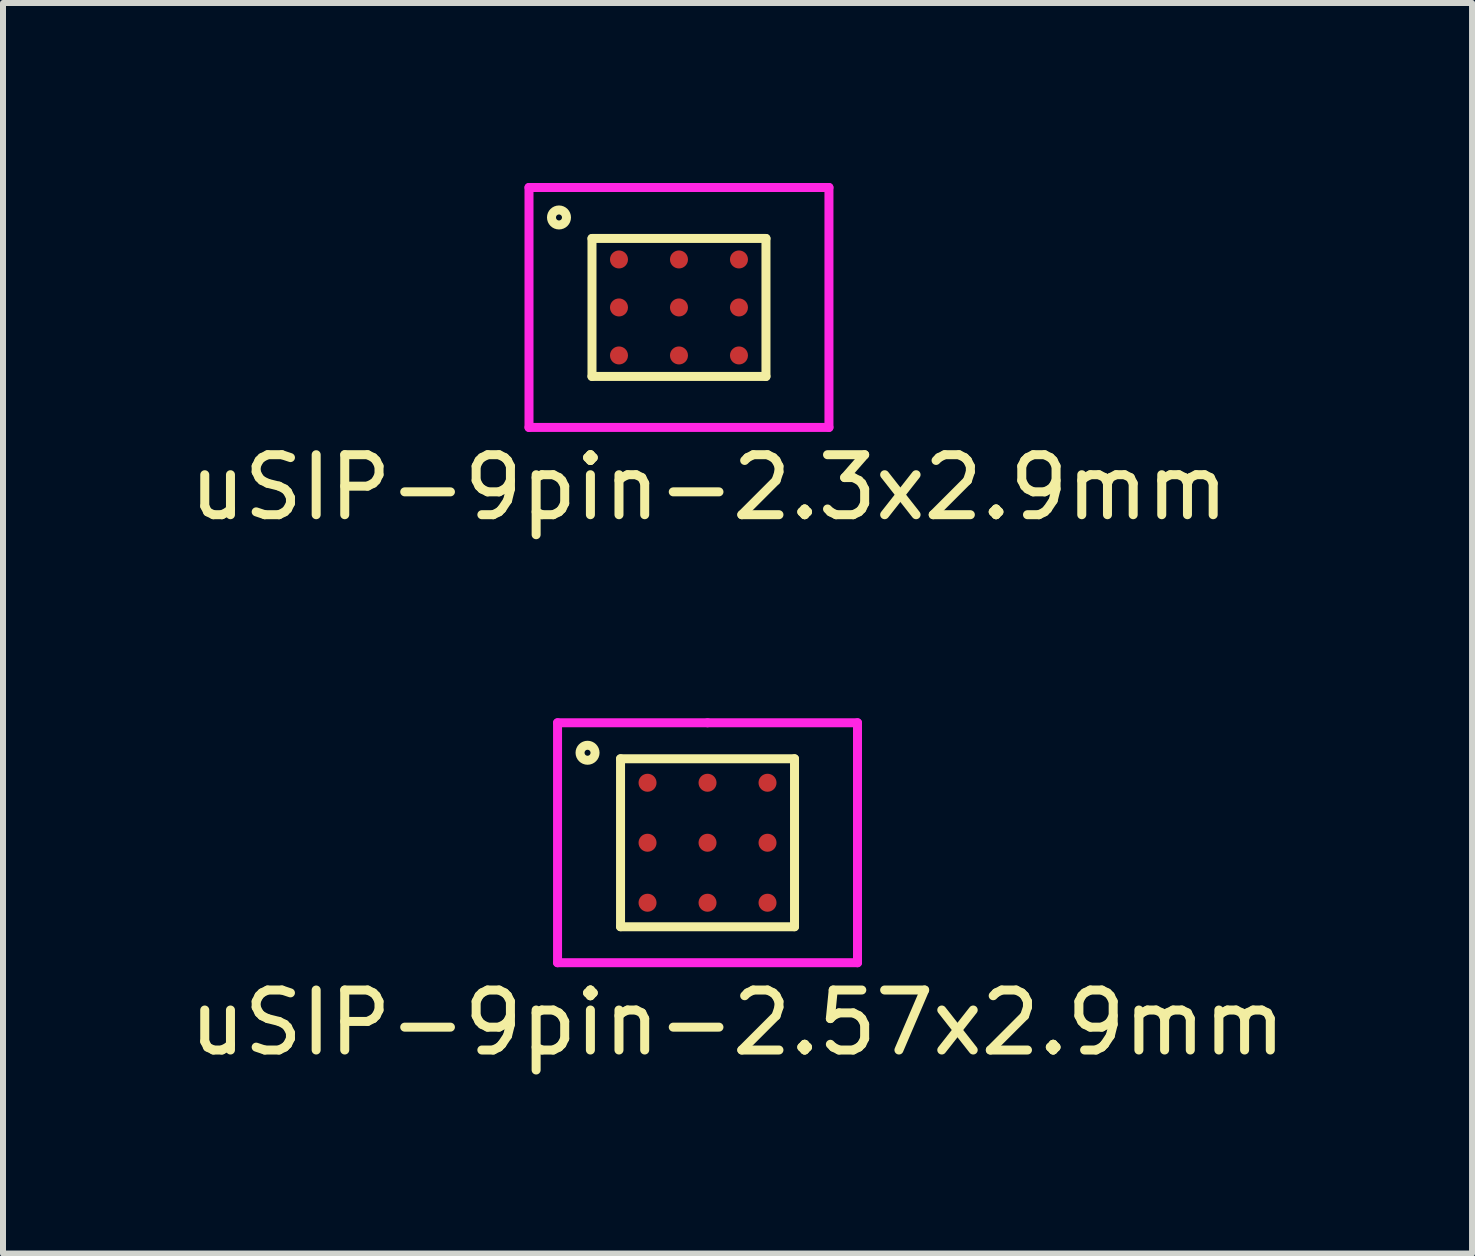
<source format=kicad_pcb>
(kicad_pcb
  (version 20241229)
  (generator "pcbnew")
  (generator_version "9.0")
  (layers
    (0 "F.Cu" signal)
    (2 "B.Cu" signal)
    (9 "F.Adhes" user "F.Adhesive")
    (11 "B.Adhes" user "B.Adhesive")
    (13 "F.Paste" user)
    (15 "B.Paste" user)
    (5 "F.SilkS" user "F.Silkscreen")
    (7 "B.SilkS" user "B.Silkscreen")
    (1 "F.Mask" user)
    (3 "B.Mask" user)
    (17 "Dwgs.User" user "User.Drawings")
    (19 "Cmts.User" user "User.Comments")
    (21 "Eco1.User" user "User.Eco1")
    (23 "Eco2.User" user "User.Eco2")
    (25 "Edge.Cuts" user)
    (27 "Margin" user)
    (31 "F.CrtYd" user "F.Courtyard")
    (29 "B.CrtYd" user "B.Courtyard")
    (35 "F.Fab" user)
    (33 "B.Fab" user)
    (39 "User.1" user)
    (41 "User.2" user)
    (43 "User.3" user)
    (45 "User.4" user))
  (footprint "uSIP-9pin-2.3x2.9mm"
    (layer "F.Cu")
    (at 8.268 2.075)
    (property "Reference" "uSIP-9pin-2.3x2.9mm" (at 0.5 3 0) (layer "F.SilkS") (effects (font (size 1 1) (thickness 0.15))))
    (attr smd)
    (fp_line (start -1.45 -1.15) (end 1.45 -1.15) (stroke (width 0.15) (type solid)) (layer "F.SilkS"))
    (fp_line (start -1.45 1.15) (end -1.45 -1.15) (stroke (width 0.15) (type solid)) (layer "F.SilkS"))
    (fp_line (start 1.45 -1.15) (end 1.45 1.15) (stroke (width 0.15) (type solid)) (layer "F.SilkS"))
    (fp_line (start 1.45 1.15) (end -1.45 1.15) (stroke (width 0.15) (type solid)) (layer "F.SilkS"))
    (fp_circle (center -2 -1.5) (end -1.95 -1.5) (stroke (width 0.15) (type solid)) (fill no) (layer "F.SilkS"))
    (fp_line (start -2.5 -2) (end 0 -2) (stroke (width 0.15) (type solid)) (layer "F.CrtYd"))
    (fp_line (start -2.5 2) (end -2.5 -2) (stroke (width 0.15) (type solid)) (layer "F.CrtYd"))
    (fp_line (start 0 -2) (end 2.5 -2) (stroke (width 0.15) (type solid)) (layer "F.CrtYd"))
    (fp_line (start 2.5 -2) (end 2.5 2) (stroke (width 0.15) (type solid)) (layer "F.CrtYd"))
    (fp_line (start 2.5 2) (end -2.5 2) (stroke (width 0.15) (type solid)) (layer "F.CrtYd"))
    (pad "A1" smd circle (at -1 -0.8) (size 0.3 0.3) (layers "F.Cu" "F.Mask" "F.Paste"))
    (pad "A2" smd circle (at 0 -0.8) (size 0.3 0.3) (layers "F.Cu" "F.Mask" "F.Paste"))
    (pad "A3" smd circle (at 1 -0.8) (size 0.3 0.3) (layers "F.Cu" "F.Mask" "F.Paste"))
    (pad "B1" smd circle (at -1 0) (size 0.3 0.3) (layers "F.Cu" "F.Mask" "F.Paste"))
    (pad "B2" smd circle (at 0 0) (size 0.3 0.3) (layers "F.Cu" "F.Mask" "F.Paste"))
    (pad "B3" smd circle (at 1 0) (size 0.3 0.3) (layers "F.Cu" "F.Mask" "F.Paste"))
    (pad "C1" smd circle (at -1 0.8) (size 0.3 0.3) (layers "F.Cu" "F.Mask" "F.Paste"))
    (pad "C2" smd circle (at 0 0.8) (size 0.3 0.3) (layers "F.Cu" "F.Mask" "F.Paste"))
    (pad "C3" smd circle (at 1 0.8) (size 0.3 0.3) (layers "F.Cu" "F.Mask" "F.Paste")))
  (footprint "uSIP-9pin-2.57x2.9mm"
    (layer "F.Cu")
    (at 8.744 10.998)
    (property "Reference" "uSIP-9pin-2.57x2.9mm" (at 0.5 3 0) (layer "F.SilkS") (effects (font (size 1 1) (thickness 0.15))))
    (attr smd)
    (fp_line (start -1.45 -1.4) (end 1.45 -1.4) (stroke (width 0.15) (type solid)) (layer "F.SilkS"))
    (fp_line (start -1.45 1.4) (end -1.45 -1.4) (stroke (width 0.15) (type solid)) (layer "F.SilkS"))
    (fp_line (start 1.45 -1.4) (end 1.45 1.4) (stroke (width 0.15) (type solid)) (layer "F.SilkS"))
    (fp_line (start 1.45 1.4) (end -1.45 1.4) (stroke (width 0.15) (type solid)) (layer "F.SilkS"))
    (fp_circle (center -2 -1.5) (end -1.95 -1.5) (stroke (width 0.15) (type solid)) (fill no) (layer "F.SilkS"))
    (fp_line (start -2.5 -2) (end 0 -2) (stroke (width 0.15) (type solid)) (layer "F.CrtYd"))
    (fp_line (start -2.5 2) (end -2.5 -2) (stroke (width 0.15) (type solid)) (layer "F.CrtYd"))
    (fp_line (start 0 -2) (end 2.5 -2) (stroke (width 0.15) (type solid)) (layer "F.CrtYd"))
    (fp_line (start 2.5 -2) (end 2.5 2) (stroke (width 0.15) (type solid)) (layer "F.CrtYd"))
    (fp_line (start 2.5 2) (end -2.5 2) (stroke (width 0.15) (type solid)) (layer "F.CrtYd"))
    (pad "A1" smd circle (at -1 -1) (size 0.3 0.3) (layers "F.Cu" "F.Mask" "F.Paste"))
    (pad "A2" smd circle (at 0 -1) (size 0.3 0.3) (layers "F.Cu" "F.Mask" "F.Paste"))
    (pad "A3" smd circle (at 1 -1) (size 0.3 0.3) (layers "F.Cu" "F.Mask" "F.Paste"))
    (pad "B1" smd circle (at -1 0) (size 0.3 0.3) (layers "F.Cu" "F.Mask" "F.Paste"))
    (pad "B2" smd circle (at 0 0) (size 0.3 0.3) (layers "F.Cu" "F.Mask" "F.Paste"))
    (pad "B3" smd circle (at 1 0) (size 0.3 0.3) (layers "F.Cu" "F.Mask" "F.Paste"))
    (pad "C1" smd circle (at -1 1) (size 0.3 0.3) (layers "F.Cu" "F.Mask" "F.Paste"))
    (pad "C2" smd circle (at 0 1) (size 0.3 0.3) (layers "F.Cu" "F.Mask" "F.Paste"))
    (pad "C3" smd circle (at 1 1) (size 0.3 0.3) (layers "F.Cu" "F.Mask" "F.Paste")))
  (gr_rect
    (start -3 -3)
    (end 21.488 17.846)
    (stroke (width 0.1) (type default))
    (fill no)
    (layer "Edge.Cuts")))
</source>
